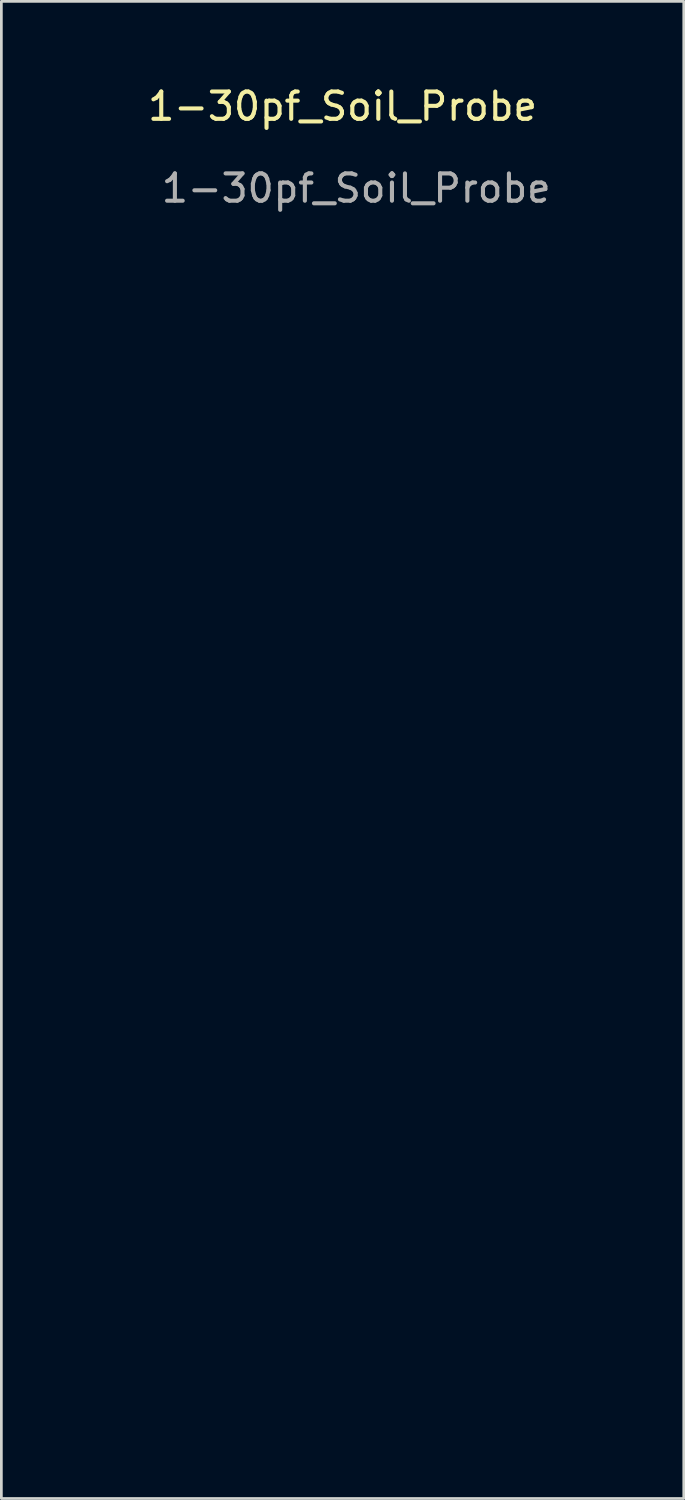
<source format=kicad_pcb>
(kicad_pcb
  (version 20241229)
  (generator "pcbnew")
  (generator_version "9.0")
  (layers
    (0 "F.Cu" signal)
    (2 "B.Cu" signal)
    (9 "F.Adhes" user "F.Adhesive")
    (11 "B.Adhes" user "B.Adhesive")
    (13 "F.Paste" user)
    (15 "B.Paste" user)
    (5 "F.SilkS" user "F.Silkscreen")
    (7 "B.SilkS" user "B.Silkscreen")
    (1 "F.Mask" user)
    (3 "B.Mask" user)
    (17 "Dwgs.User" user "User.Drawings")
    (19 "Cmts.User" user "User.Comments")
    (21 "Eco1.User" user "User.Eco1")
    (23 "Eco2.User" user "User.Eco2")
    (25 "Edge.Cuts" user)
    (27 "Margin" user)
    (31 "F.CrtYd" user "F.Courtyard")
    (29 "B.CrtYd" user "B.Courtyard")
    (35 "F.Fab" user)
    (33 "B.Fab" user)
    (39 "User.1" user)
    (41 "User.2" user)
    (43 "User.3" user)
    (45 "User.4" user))
  (footprint "1-30pf_Soil_Probe"
    (layer "F.Cu")
    (at 9.5 26.348)
    (property "Reference" "1-30pf_Soil_Probe" (at 0 -25.5 0) (unlocked yes) (layer "F.SilkS") (effects (font (size 1 1) (thickness 0.15))))
    (attr smd)
    (fp_text user "${REFERENCE}" (at 0.5 -22.5 0) (unlocked yes) (layer "F.Fab") (effects (font (size 1 1) (thickness 0.15))))
    (pad "1" smd roundrect (at -8.5 0) (size 2 45) (layers "In1.Cu") (roundrect_rratio 0.25))
    (pad "2" smd roundrect (at 8.5 0) (size 2 45) (layers "In1.Cu") (roundrect_rratio 0.25)))
  (gr_rect
    (start -3 -3)
    (end 22 51.848)
    (stroke (width 0.1) (type default))
    (fill no)
    (layer "Edge.Cuts")))
</source>
